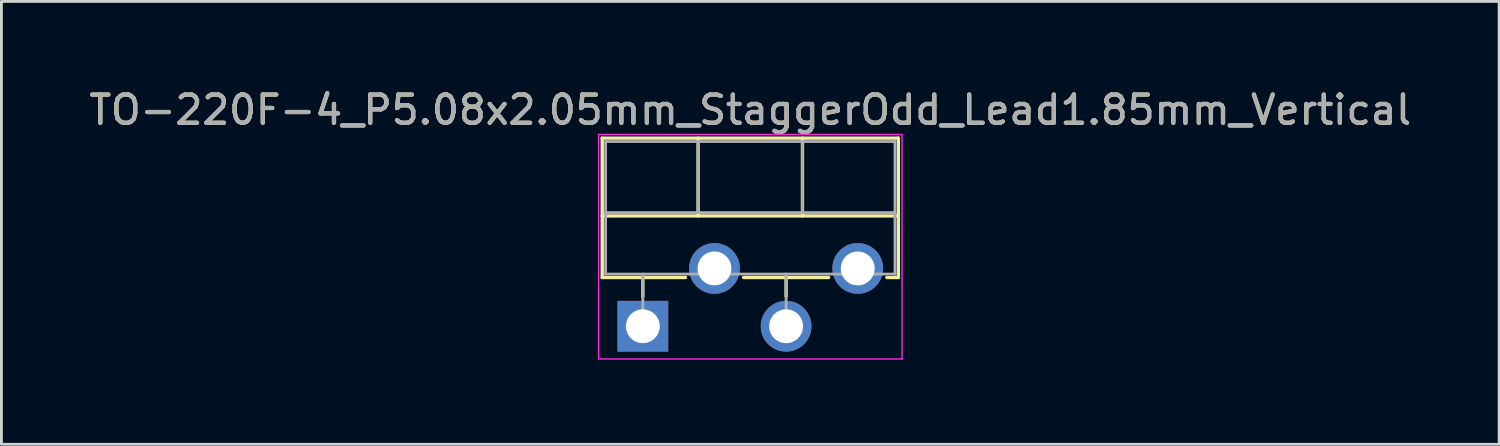
<source format=kicad_pcb>
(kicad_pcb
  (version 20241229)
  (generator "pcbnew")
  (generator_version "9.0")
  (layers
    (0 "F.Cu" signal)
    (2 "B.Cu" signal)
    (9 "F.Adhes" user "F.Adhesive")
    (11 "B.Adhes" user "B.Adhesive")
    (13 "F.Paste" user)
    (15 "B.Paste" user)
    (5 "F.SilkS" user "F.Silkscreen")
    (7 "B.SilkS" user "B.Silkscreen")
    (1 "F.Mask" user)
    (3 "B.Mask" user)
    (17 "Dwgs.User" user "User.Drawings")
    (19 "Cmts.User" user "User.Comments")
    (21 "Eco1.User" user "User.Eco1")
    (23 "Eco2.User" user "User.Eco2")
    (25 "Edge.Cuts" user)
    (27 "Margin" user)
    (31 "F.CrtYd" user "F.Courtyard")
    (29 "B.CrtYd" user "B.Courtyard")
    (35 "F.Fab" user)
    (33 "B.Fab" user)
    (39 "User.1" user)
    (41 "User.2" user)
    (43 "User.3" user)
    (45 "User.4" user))
  (footprint "TO-220F-4_P5.08x2.05mm_StaggerOdd_Lead1.85mm_Vertical"
    (layer "F.Cu")
    (at 19.744 8.518)
    (property "Reference" "TO-220F-4_P5.08x2.05mm_StaggerOdd_Lead1.85mm_Vertical" (at 3.81 -7.67 0) (layer "F.SilkS") (effects (font (size 1 1) (thickness 0.15))))
    (attr through_hole)
    (fp_line (start -1.44 -6.67) (end -1.44 -1.729) (stroke (width 0.12) (type solid)) (layer "F.SilkS"))
    (fp_line (start -1.44 -6.67) (end 9.06 -6.67) (stroke (width 0.12) (type solid)) (layer "F.SilkS"))
    (fp_line (start -1.44 -3.911) (end 9.06 -3.911) (stroke (width 0.12) (type solid)) (layer "F.SilkS"))
    (fp_line (start -1.44 -1.729) (end 1.509 -1.729) (stroke (width 0.12) (type solid)) (layer "F.SilkS"))
    (fp_line (start 0 -1.729) (end 0 -1.05) (stroke (width 0.12) (type solid)) (layer "F.SilkS"))
    (fp_line (start 1.96 -6.67) (end 1.96 -3.911) (stroke (width 0.12) (type solid)) (layer "F.SilkS"))
    (fp_line (start 3.572 -1.729) (end 6.589 -1.729) (stroke (width 0.12) (type solid)) (layer "F.SilkS"))
    (fp_line (start 5.08 -1.729) (end 5.08 -1.065) (stroke (width 0.12) (type solid)) (layer "F.SilkS"))
    (fp_line (start 5.66 -6.67) (end 5.66 -3.911) (stroke (width 0.12) (type solid)) (layer "F.SilkS"))
    (fp_line (start 8.652 -1.729) (end 9.06 -1.729) (stroke (width 0.12) (type solid)) (layer "F.SilkS"))
    (fp_line (start 9.06 -6.67) (end 9.06 -1.729) (stroke (width 0.12) (type solid)) (layer "F.SilkS"))
    (fp_line (start -1.57 -6.8) (end -1.57 1.16) (stroke (width 0.05) (type solid)) (layer "F.CrtYd"))
    (fp_line (start -1.57 1.16) (end 9.19 1.16) (stroke (width 0.05) (type solid)) (layer "F.CrtYd"))
    (fp_line (start 9.19 -6.8) (end -1.57 -6.8) (stroke (width 0.05) (type solid)) (layer "F.CrtYd"))
    (fp_line (start 9.19 1.16) (end 9.19 -6.8) (stroke (width 0.05) (type solid)) (layer "F.CrtYd"))
    (fp_line (start -1.32 -6.55) (end -1.32 -1.85) (stroke (width 0.1) (type solid)) (layer "F.Fab"))
    (fp_line (start -1.32 -4.03) (end 8.94 -4.03) (stroke (width 0.1) (type solid)) (layer "F.Fab"))
    (fp_line (start -1.32 -1.85) (end 8.94 -1.85) (stroke (width 0.1) (type solid)) (layer "F.Fab"))
    (fp_line (start 0 -1.85) (end 0 0) (stroke (width 0.1) (type solid)) (layer "F.Fab"))
    (fp_line (start 1.96 -6.55) (end 1.96 -4.03) (stroke (width 0.1) (type solid)) (layer "F.Fab"))
    (fp_line (start 5.08 -1.85) (end 5.08 0) (stroke (width 0.1) (type solid)) (layer "F.Fab"))
    (fp_line (start 5.66 -6.55) (end 5.66 -4.03) (stroke (width 0.1) (type solid)) (layer "F.Fab"))
    (fp_line (start 8.94 -6.55) (end -1.32 -6.55) (stroke (width 0.1) (type solid)) (layer "F.Fab"))
    (fp_line (start 8.94 -1.85) (end 8.94 -6.55) (stroke (width 0.1) (type solid)) (layer "F.Fab"))
    (fp_text user "${REFERENCE}" (at 3.81 -7.67 0) (layer "F.Fab") (effects (font (size 1 1) (thickness 0.15))))
    (pad "1" thru_hole rect (at 0 0) (size 1.8 1.8) (drill 1.2) (layers "*.Cu" "*.Mask"))
    (pad "2" thru_hole oval (at 2.54 -2.05) (size 1.8 1.8) (drill 1.2) (layers "*.Cu" "*.Mask"))
    (pad "3" thru_hole oval (at 5.08 0) (size 1.8 1.8) (drill 1.2) (layers "*.Cu" "*.Mask"))
    (pad "4" thru_hole oval (at 7.62 -2.05) (size 1.8 1.8) (drill 1.2) (layers "*.Cu" "*.Mask")))
  (gr_rect
    (start -3 -3)
    (end 50.107 12.703)
    (stroke (width 0.1) (type default))
    (fill no)
    (layer "Edge.Cuts")))
</source>
